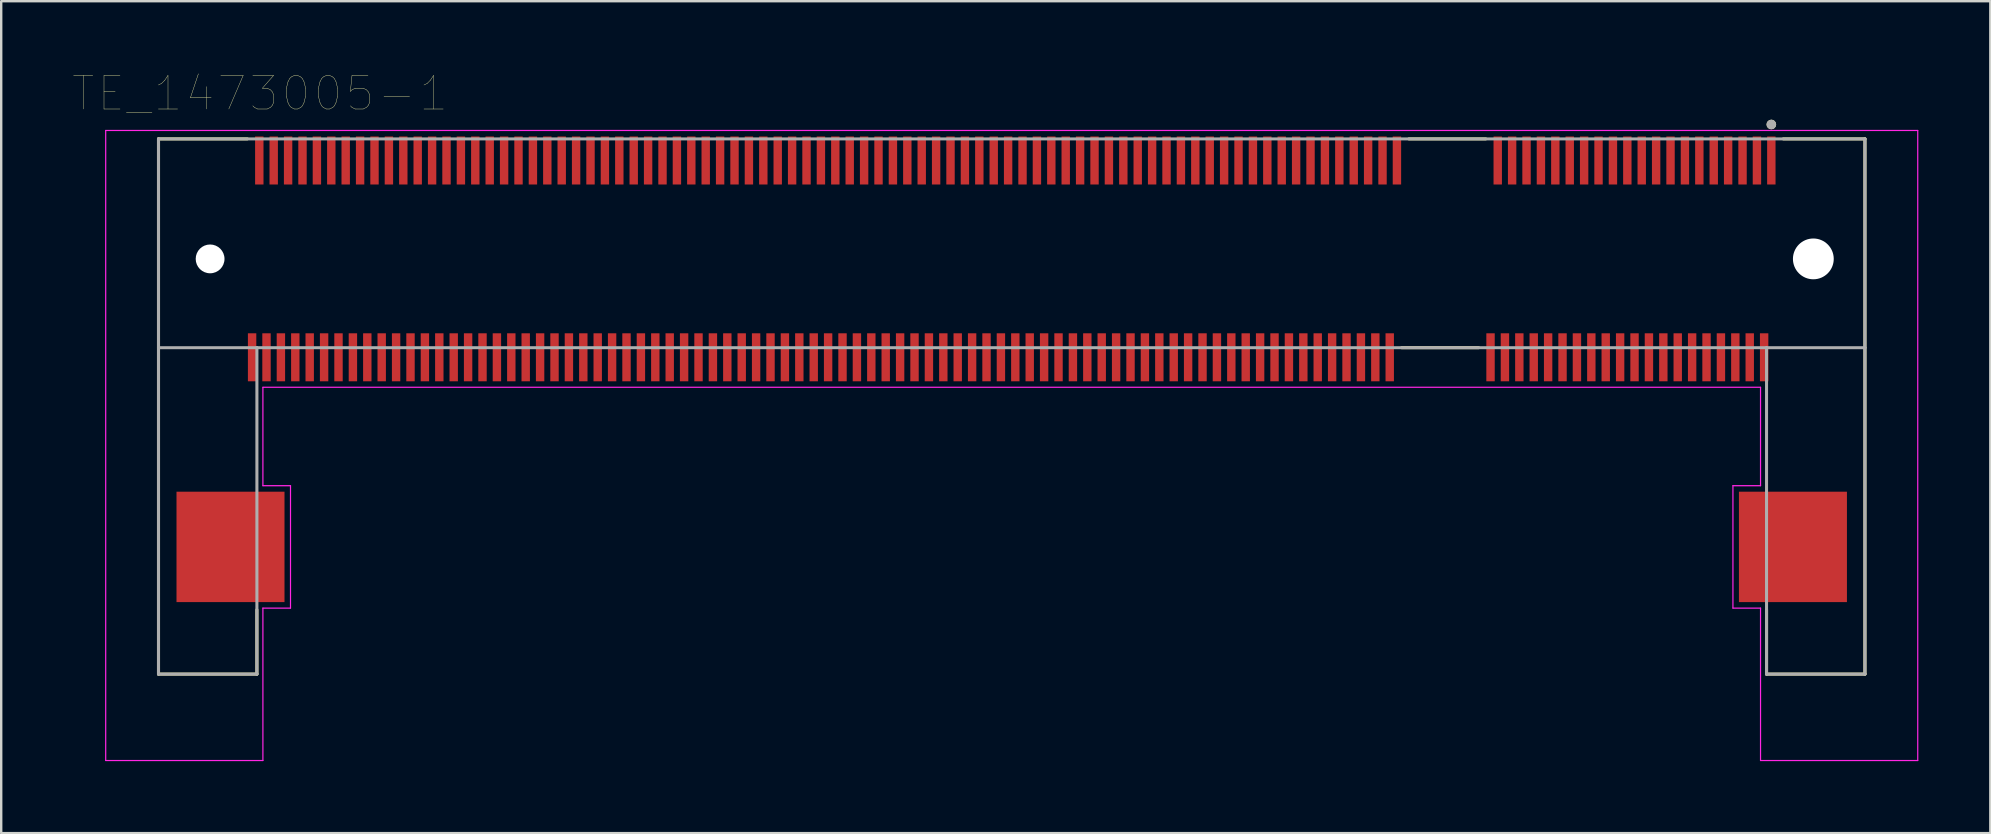
<source format=kicad_pcb>
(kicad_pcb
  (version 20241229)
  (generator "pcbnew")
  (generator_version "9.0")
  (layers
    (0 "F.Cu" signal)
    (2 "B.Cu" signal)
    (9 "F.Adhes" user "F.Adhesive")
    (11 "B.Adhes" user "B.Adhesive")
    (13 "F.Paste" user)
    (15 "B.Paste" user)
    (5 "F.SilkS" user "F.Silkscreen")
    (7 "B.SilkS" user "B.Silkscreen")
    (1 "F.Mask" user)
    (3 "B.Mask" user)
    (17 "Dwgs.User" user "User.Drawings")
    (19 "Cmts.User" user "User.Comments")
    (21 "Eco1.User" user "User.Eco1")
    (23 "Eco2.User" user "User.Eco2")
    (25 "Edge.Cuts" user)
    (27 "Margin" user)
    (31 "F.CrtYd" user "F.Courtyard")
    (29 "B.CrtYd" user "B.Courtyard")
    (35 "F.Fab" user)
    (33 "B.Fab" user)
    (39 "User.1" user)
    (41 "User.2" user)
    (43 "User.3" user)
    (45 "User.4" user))
  (footprint "TE_1473005-1"
    (layer "F.Cu")
    (at 39.104 7.737)
    (property "Reference" "TE_1473005-1" (at -31.321 -6.892 0) (layer "F.SilkS") (effects (font (size 1.4 1.4) (thickness 0.015))))
    (attr through_hole)
    (fp_line (start -35.55 -5) (end -35.55 17.3) (stroke (width 0.127) (type solid)) (layer "F.SilkS"))
    (fp_line (start -35.55 17.3) (end -31.45 17.3) (stroke (width 0.127) (type solid)) (layer "F.SilkS"))
    (fp_line (start -31.85 -5) (end -35.55 -5) (stroke (width 0.127) (type solid)) (layer "F.SilkS"))
    (fp_line (start -31.45 17.3) (end -31.45 14.62) (stroke (width 0.127) (type solid)) (layer "F.SilkS"))
    (fp_line (start 16.25 3.7) (end 19.45 3.7) (stroke (width 0.127) (type solid)) (layer "F.SilkS"))
    (fp_line (start 16.55 -5) (end 19.75 -5) (stroke (width 0.127) (type solid)) (layer "F.SilkS"))
    (fp_line (start 31.45 14.62) (end 31.45 17.3) (stroke (width 0.127) (type solid)) (layer "F.SilkS"))
    (fp_line (start 32.15 -5) (end 35.55 -5) (stroke (width 0.127) (type solid)) (layer "F.SilkS"))
    (fp_line (start 35.55 -5) (end 35.55 17.3) (stroke (width 0.127) (type solid)) (layer "F.SilkS"))
    (fp_line (start 35.55 17.3) (end 31.45 17.3) (stroke (width 0.127) (type solid)) (layer "F.SilkS"))
    (fp_circle (center 31.65 -5.6) (end 31.75 -5.6) (stroke (width 0.2) (type solid)) (fill no) (layer "F.SilkS"))
    (fp_line (start -37.75 -5.35) (end 37.75 -5.35) (stroke (width 0.05) (type solid)) (layer "F.CrtYd"))
    (fp_line (start -37.75 20.9) (end -37.75 -5.35) (stroke (width 0.05) (type solid)) (layer "F.CrtYd"))
    (fp_line (start -31.2 5.35) (end -31.2 9.45) (stroke (width 0.05) (type solid)) (layer "F.CrtYd"))
    (fp_line (start -31.2 9.45) (end -30.05 9.45) (stroke (width 0.05) (type solid)) (layer "F.CrtYd"))
    (fp_line (start -31.2 14.55) (end -31.2 20.9) (stroke (width 0.05) (type solid)) (layer "F.CrtYd"))
    (fp_line (start -31.2 20.9) (end -37.75 20.9) (stroke (width 0.05) (type solid)) (layer "F.CrtYd"))
    (fp_line (start -30.05 9.45) (end -30.05 14.55) (stroke (width 0.05) (type solid)) (layer "F.CrtYd"))
    (fp_line (start -30.05 14.55) (end -31.2 14.55) (stroke (width 0.05) (type solid)) (layer "F.CrtYd"))
    (fp_line (start 30.05 9.45) (end 31.2 9.45) (stroke (width 0.05) (type solid)) (layer "F.CrtYd"))
    (fp_line (start 30.05 14.55) (end 30.05 9.45) (stroke (width 0.05) (type solid)) (layer "F.CrtYd"))
    (fp_line (start 31.2 5.35) (end -31.2 5.35) (stroke (width 0.05) (type solid)) (layer "F.CrtYd"))
    (fp_line (start 31.2 9.45) (end 31.2 5.35) (stroke (width 0.05) (type solid)) (layer "F.CrtYd"))
    (fp_line (start 31.2 14.55) (end 30.05 14.55) (stroke (width 0.05) (type solid)) (layer "F.CrtYd"))
    (fp_line (start 31.2 20.9) (end 31.2 14.55) (stroke (width 0.05) (type solid)) (layer "F.CrtYd"))
    (fp_line (start 37.75 -5.35) (end 37.75 20.9) (stroke (width 0.05) (type solid)) (layer "F.CrtYd"))
    (fp_line (start 37.75 20.9) (end 31.2 20.9) (stroke (width 0.05) (type solid)) (layer "F.CrtYd"))
    (fp_line (start -35.55 -5) (end -35.55 3.7) (stroke (width 0.127) (type solid)) (layer "F.Fab"))
    (fp_line (start -35.55 -5) (end 35.55 -5) (stroke (width 0.127) (type solid)) (layer "F.Fab"))
    (fp_line (start -35.55 3.7) (end -35.55 17.3) (stroke (width 0.127) (type solid)) (layer "F.Fab"))
    (fp_line (start -35.55 3.7) (end -31.45 3.7) (stroke (width 0.127) (type solid)) (layer "F.Fab"))
    (fp_line (start -35.55 17.3) (end -31.45 17.3) (stroke (width 0.127) (type solid)) (layer "F.Fab"))
    (fp_line (start -31.45 3.7) (end 31.45 3.7) (stroke (width 0.127) (type solid)) (layer "F.Fab"))
    (fp_line (start -31.45 17.3) (end -31.45 3.7) (stroke (width 0.127) (type solid)) (layer "F.Fab"))
    (fp_line (start 31.45 3.7) (end 31.45 17.3) (stroke (width 0.127) (type solid)) (layer "F.Fab"))
    (fp_line (start 31.45 3.7) (end 35.55 3.7) (stroke (width 0.127) (type solid)) (layer "F.Fab"))
    (fp_line (start 31.45 17.3) (end 35.55 17.3) (stroke (width 0.127) (type solid)) (layer "F.Fab"))
    (fp_line (start 35.55 -5) (end 35.55 3.7) (stroke (width 0.127) (type solid)) (layer "F.Fab"))
    (fp_line (start 35.55 3.7) (end 35.55 17.3) (stroke (width 0.127) (type solid)) (layer "F.Fab"))
    (fp_circle (center 31.65 -5.6) (end 31.75 -5.6) (stroke (width 0.2) (type solid)) (fill no) (layer "F.Fab"))
    (pad "" np_thru_hole circle (at -33.4 0) (size 1.2 1.2) (drill 1.2) (layers "*.Cu" "*.Mask"))
    (pad "" np_thru_hole circle (at 33.4 0) (size 1.7 1.7) (drill 1.7) (layers "*.Cu" "*.Mask"))
    (pad "1" smd rect (at 31.65 -4.1) (size 0.35 2) (layers "F.Cu" "F.Mask" "F.Paste"))
    (pad "2" smd rect (at 31.35 4.1) (size 0.35 2) (layers "F.Cu" "F.Mask" "F.Paste"))
    (pad "3" smd rect (at 31.05 -4.1) (size 0.35 2) (layers "F.Cu" "F.Mask" "F.Paste"))
    (pad "4" smd rect (at 30.75 4.1) (size 0.35 2) (layers "F.Cu" "F.Mask" "F.Paste"))
    (pad "5" smd rect (at 30.45 -4.1) (size 0.35 2) (layers "F.Cu" "F.Mask" "F.Paste"))
    (pad "6" smd rect (at 30.15 4.1) (size 0.35 2) (layers "F.Cu" "F.Mask" "F.Paste"))
    (pad "7" smd rect (at 29.85 -4.1) (size 0.35 2) (layers "F.Cu" "F.Mask" "F.Paste"))
    (pad "8" smd rect (at 29.55 4.1) (size 0.35 2) (layers "F.Cu" "F.Mask" "F.Paste"))
    (pad "9" smd rect (at 29.25 -4.1) (size 0.35 2) (layers "F.Cu" "F.Mask" "F.Paste"))
    (pad "10" smd rect (at 28.95 4.1) (size 0.35 2) (layers "F.Cu" "F.Mask" "F.Paste"))
    (pad "11" smd rect (at 28.65 -4.1) (size 0.35 2) (layers "F.Cu" "F.Mask" "F.Paste"))
    (pad "12" smd rect (at 28.35 4.1) (size 0.35 2) (layers "F.Cu" "F.Mask" "F.Paste"))
    (pad "13" smd rect (at 28.05 -4.1) (size 0.35 2) (layers "F.Cu" "F.Mask" "F.Paste"))
    (pad "14" smd rect (at 27.75 4.1) (size 0.35 2) (layers "F.Cu" "F.Mask" "F.Paste"))
    (pad "15" smd rect (at 27.45 -4.1) (size 0.35 2) (layers "F.Cu" "F.Mask" "F.Paste"))
    (pad "16" smd rect (at 27.15 4.1) (size 0.35 2) (layers "F.Cu" "F.Mask" "F.Paste"))
    (pad "17" smd rect (at 26.85 -4.1) (size 0.35 2) (layers "F.Cu" "F.Mask" "F.Paste"))
    (pad "18" smd rect (at 26.55 4.1) (size 0.35 2) (layers "F.Cu" "F.Mask" "F.Paste"))
    (pad "19" smd rect (at 26.25 -4.1) (size 0.35 2) (layers "F.Cu" "F.Mask" "F.Paste"))
    (pad "20" smd rect (at 25.95 4.1) (size 0.35 2) (layers "F.Cu" "F.Mask" "F.Paste"))
    (pad "21" smd rect (at 25.65 -4.1) (size 0.35 2) (layers "F.Cu" "F.Mask" "F.Paste"))
    (pad "22" smd rect (at 25.35 4.1) (size 0.35 2) (layers "F.Cu" "F.Mask" "F.Paste"))
    (pad "23" smd rect (at 25.05 -4.1) (size 0.35 2) (layers "F.Cu" "F.Mask" "F.Paste"))
    (pad "24" smd rect (at 24.75 4.1) (size 0.35 2) (layers "F.Cu" "F.Mask" "F.Paste"))
    (pad "25" smd rect (at 24.45 -4.1) (size 0.35 2) (layers "F.Cu" "F.Mask" "F.Paste"))
    (pad "26" smd rect (at 24.15 4.1) (size 0.35 2) (layers "F.Cu" "F.Mask" "F.Paste"))
    (pad "27" smd rect (at 23.85 -4.1) (size 0.35 2) (layers "F.Cu" "F.Mask" "F.Paste"))
    (pad "28" smd rect (at 23.55 4.1) (size 0.35 2) (layers "F.Cu" "F.Mask" "F.Paste"))
    (pad "29" smd rect (at 23.25 -4.1) (size 0.35 2) (layers "F.Cu" "F.Mask" "F.Paste"))
    (pad "30" smd rect (at 22.95 4.1) (size 0.35 2) (layers "F.Cu" "F.Mask" "F.Paste"))
    (pad "31" smd rect (at 22.65 -4.1) (size 0.35 2) (layers "F.Cu" "F.Mask" "F.Paste"))
    (pad "32" smd rect (at 22.35 4.1) (size 0.35 2) (layers "F.Cu" "F.Mask" "F.Paste"))
    (pad "33" smd rect (at 22.05 -4.1) (size 0.35 2) (layers "F.Cu" "F.Mask" "F.Paste"))
    (pad "34" smd rect (at 21.75 4.1) (size 0.35 2) (layers "F.Cu" "F.Mask" "F.Paste"))
    (pad "35" smd rect (at 21.45 -4.1) (size 0.35 2) (layers "F.Cu" "F.Mask" "F.Paste"))
    (pad "36" smd rect (at 21.15 4.1) (size 0.35 2) (layers "F.Cu" "F.Mask" "F.Paste"))
    (pad "37" smd rect (at 20.85 -4.1) (size 0.35 2) (layers "F.Cu" "F.Mask" "F.Paste"))
    (pad "38" smd rect (at 20.55 4.1) (size 0.35 2) (layers "F.Cu" "F.Mask" "F.Paste"))
    (pad "39" smd rect (at 20.25 -4.1) (size 0.35 2) (layers "F.Cu" "F.Mask" "F.Paste"))
    (pad "40" smd rect (at 19.95 4.1) (size 0.35 2) (layers "F.Cu" "F.Mask" "F.Paste"))
    (pad "41" smd rect (at 16.05 -4.1) (size 0.35 2) (layers "F.Cu" "F.Mask" "F.Paste"))
    (pad "42" smd rect (at 15.75 4.1) (size 0.35 2) (layers "F.Cu" "F.Mask" "F.Paste"))
    (pad "43" smd rect (at 15.45 -4.1) (size 0.35 2) (layers "F.Cu" "F.Mask" "F.Paste"))
    (pad "44" smd rect (at 15.15 4.1) (size 0.35 2) (layers "F.Cu" "F.Mask" "F.Paste"))
    (pad "45" smd rect (at 14.85 -4.1) (size 0.35 2) (layers "F.Cu" "F.Mask" "F.Paste"))
    (pad "46" smd rect (at 14.55 4.1) (size 0.35 2) (layers "F.Cu" "F.Mask" "F.Paste"))
    (pad "47" smd rect (at 14.25 -4.1) (size 0.35 2) (layers "F.Cu" "F.Mask" "F.Paste"))
    (pad "48" smd rect (at 13.95 4.1) (size 0.35 2) (layers "F.Cu" "F.Mask" "F.Paste"))
    (pad "49" smd rect (at 13.65 -4.1) (size 0.35 2) (layers "F.Cu" "F.Mask" "F.Paste"))
    (pad "50" smd rect (at 13.35 4.1) (size 0.35 2) (layers "F.Cu" "F.Mask" "F.Paste"))
    (pad "51" smd rect (at 13.05 -4.1) (size 0.35 2) (layers "F.Cu" "F.Mask" "F.Paste"))
    (pad "52" smd rect (at 12.75 4.1) (size 0.35 2) (layers "F.Cu" "F.Mask" "F.Paste"))
    (pad "53" smd rect (at 12.45 -4.1) (size 0.35 2) (layers "F.Cu" "F.Mask" "F.Paste"))
    (pad "54" smd rect (at 12.15 4.1) (size 0.35 2) (layers "F.Cu" "F.Mask" "F.Paste"))
    (pad "55" smd rect (at 11.85 -4.1) (size 0.35 2) (layers "F.Cu" "F.Mask" "F.Paste"))
    (pad "56" smd rect (at 11.55 4.1) (size 0.35 2) (layers "F.Cu" "F.Mask" "F.Paste"))
    (pad "57" smd rect (at 11.25 -4.1) (size 0.35 2) (layers "F.Cu" "F.Mask" "F.Paste"))
    (pad "58" smd rect (at 10.95 4.1) (size 0.35 2) (layers "F.Cu" "F.Mask" "F.Paste"))
    (pad "59" smd rect (at 10.65 -4.1) (size 0.35 2) (layers "F.Cu" "F.Mask" "F.Paste"))
    (pad "60" smd rect (at 10.35 4.1) (size 0.35 2) (layers "F.Cu" "F.Mask" "F.Paste"))
    (pad "61" smd rect (at 10.05 -4.1) (size 0.35 2) (layers "F.Cu" "F.Mask" "F.Paste"))
    (pad "62" smd rect (at 9.75 4.1) (size 0.35 2) (layers "F.Cu" "F.Mask" "F.Paste"))
    (pad "63" smd rect (at 9.45 -4.1) (size 0.35 2) (layers "F.Cu" "F.Mask" "F.Paste"))
    (pad "64" smd rect (at 9.15 4.1) (size 0.35 2) (layers "F.Cu" "F.Mask" "F.Paste"))
    (pad "65" smd rect (at 8.85 -4.1) (size 0.35 2) (layers "F.Cu" "F.Mask" "F.Paste"))
    (pad "66" smd rect (at 8.55 4.1) (size 0.35 2) (layers "F.Cu" "F.Mask" "F.Paste"))
    (pad "67" smd rect (at 8.25 -4.1) (size 0.35 2) (layers "F.Cu" "F.Mask" "F.Paste"))
    (pad "68" smd rect (at 7.95 4.1) (size 0.35 2) (layers "F.Cu" "F.Mask" "F.Paste"))
    (pad "69" smd rect (at 7.65 -4.1) (size 0.35 2) (layers "F.Cu" "F.Mask" "F.Paste"))
    (pad "70" smd rect (at 7.35 4.1) (size 0.35 2) (layers "F.Cu" "F.Mask" "F.Paste"))
    (pad "71" smd rect (at 7.05 -4.1) (size 0.35 2) (layers "F.Cu" "F.Mask" "F.Paste"))
    (pad "72" smd rect (at 6.75 4.1) (size 0.35 2) (layers "F.Cu" "F.Mask" "F.Paste"))
    (pad "73" smd rect (at 6.45 -4.1) (size 0.35 2) (layers "F.Cu" "F.Mask" "F.Paste"))
    (pad "74" smd rect (at 6.15 4.1) (size 0.35 2) (layers "F.Cu" "F.Mask" "F.Paste"))
    (pad "75" smd rect (at 5.85 -4.1) (size 0.35 2) (layers "F.Cu" "F.Mask" "F.Paste"))
    (pad "76" smd rect (at 5.55 4.1) (size 0.35 2) (layers "F.Cu" "F.Mask" "F.Paste"))
    (pad "77" smd rect (at 5.25 -4.1) (size 0.35 2) (layers "F.Cu" "F.Mask" "F.Paste"))
    (pad "78" smd rect (at 4.95 4.1) (size 0.35 2) (layers "F.Cu" "F.Mask" "F.Paste"))
    (pad "79" smd rect (at 4.65 -4.1) (size 0.35 2) (layers "F.Cu" "F.Mask" "F.Paste"))
    (pad "80" smd rect (at 4.35 4.1) (size 0.35 2) (layers "F.Cu" "F.Mask" "F.Paste"))
    (pad "81" smd rect (at 4.05 -4.1) (size 0.35 2) (layers "F.Cu" "F.Mask" "F.Paste"))
    (pad "82" smd rect (at 3.75 4.1) (size 0.35 2) (layers "F.Cu" "F.Mask" "F.Paste"))
    (pad "83" smd rect (at 3.45 -4.1) (size 0.35 2) (layers "F.Cu" "F.Mask" "F.Paste"))
    (pad "84" smd rect (at 3.15 4.1) (size 0.35 2) (layers "F.Cu" "F.Mask" "F.Paste"))
    (pad "85" smd rect (at 2.85 -4.1) (size 0.35 2) (layers "F.Cu" "F.Mask" "F.Paste"))
    (pad "86" smd rect (at 2.55 4.1) (size 0.35 2) (layers "F.Cu" "F.Mask" "F.Paste"))
    (pad "87" smd rect (at 2.25 -4.1) (size 0.35 2) (layers "F.Cu" "F.Mask" "F.Paste"))
    (pad "88" smd rect (at 1.95 4.1) (size 0.35 2) (layers "F.Cu" "F.Mask" "F.Paste"))
    (pad "89" smd rect (at 1.65 -4.1) (size 0.35 2) (layers "F.Cu" "F.Mask" "F.Paste"))
    (pad "90" smd rect (at 1.35 4.1) (size 0.35 2) (layers "F.Cu" "F.Mask" "F.Paste"))
    (pad "91" smd rect (at 1.05 -4.1) (size 0.35 2) (layers "F.Cu" "F.Mask" "F.Paste"))
    (pad "92" smd rect (at 0.75 4.1) (size 0.35 2) (layers "F.Cu" "F.Mask" "F.Paste"))
    (pad "93" smd rect (at 0.45 -4.1) (size 0.35 2) (layers "F.Cu" "F.Mask" "F.Paste"))
    (pad "94" smd rect (at 0.15 4.1) (size 0.35 2) (layers "F.Cu" "F.Mask" "F.Paste"))
    (pad "95" smd rect (at -0.15 -4.1) (size 0.35 2) (layers "F.Cu" "F.Mask" "F.Paste"))
    (pad "96" smd rect (at -0.45 4.1) (size 0.35 2) (layers "F.Cu" "F.Mask" "F.Paste"))
    (pad "97" smd rect (at -0.75 -4.1) (size 0.35 2) (layers "F.Cu" "F.Mask" "F.Paste"))
    (pad "98" smd rect (at -1.05 4.1) (size 0.35 2) (layers "F.Cu" "F.Mask" "F.Paste"))
    (pad "99" smd rect (at -1.35 -4.1) (size 0.35 2) (layers "F.Cu" "F.Mask" "F.Paste"))
    (pad "100" smd rect (at -1.65 4.1) (size 0.35 2) (layers "F.Cu" "F.Mask" "F.Paste"))
    (pad "101" smd rect (at -1.95 -4.1) (size 0.35 2) (layers "F.Cu" "F.Mask" "F.Paste"))
    (pad "102" smd rect (at -2.25 4.1) (size 0.35 2) (layers "F.Cu" "F.Mask" "F.Paste"))
    (pad "103" smd rect (at -2.55 -4.1) (size 0.35 2) (layers "F.Cu" "F.Mask" "F.Paste"))
    (pad "104" smd rect (at -2.85 4.1) (size 0.35 2) (layers "F.Cu" "F.Mask" "F.Paste"))
    (pad "105" smd rect (at -3.15 -4.1) (size 0.35 2) (layers "F.Cu" "F.Mask" "F.Paste"))
    (pad "106" smd rect (at -3.45 4.1) (size 0.35 2) (layers "F.Cu" "F.Mask" "F.Paste"))
    (pad "107" smd rect (at -3.75 -4.1) (size 0.35 2) (layers "F.Cu" "F.Mask" "F.Paste"))
    (pad "108" smd rect (at -4.05 4.1) (size 0.35 2) (layers "F.Cu" "F.Mask" "F.Paste"))
    (pad "109" smd rect (at -4.35 -4.1) (size 0.35 2) (layers "F.Cu" "F.Mask" "F.Paste"))
    (pad "110" smd rect (at -4.65 4.1) (size 0.35 2) (layers "F.Cu" "F.Mask" "F.Paste"))
    (pad "111" smd rect (at -4.95 -4.1) (size 0.35 2) (layers "F.Cu" "F.Mask" "F.Paste"))
    (pad "112" smd rect (at -5.25 4.1) (size 0.35 2) (layers "F.Cu" "F.Mask" "F.Paste"))
    (pad "113" smd rect (at -5.55 -4.1) (size 0.35 2) (layers "F.Cu" "F.Mask" "F.Paste"))
    (pad "114" smd rect (at -5.85 4.1) (size 0.35 2) (layers "F.Cu" "F.Mask" "F.Paste"))
    (pad "115" smd rect (at -6.15 -4.1) (size 0.35 2) (layers "F.Cu" "F.Mask" "F.Paste"))
    (pad "116" smd rect (at -6.45 4.1) (size 0.35 2) (layers "F.Cu" "F.Mask" "F.Paste"))
    (pad "117" smd rect (at -6.75 -4.1) (size 0.35 2) (layers "F.Cu" "F.Mask" "F.Paste"))
    (pad "118" smd rect (at -7.05 4.1) (size 0.35 2) (layers "F.Cu" "F.Mask" "F.Paste"))
    (pad "119" smd rect (at -7.35 -4.1) (size 0.35 2) (layers "F.Cu" "F.Mask" "F.Paste"))
    (pad "120" smd rect (at -7.65 4.1) (size 0.35 2) (layers "F.Cu" "F.Mask" "F.Paste"))
    (pad "121" smd rect (at -7.95 -4.1) (size 0.35 2) (layers "F.Cu" "F.Mask" "F.Paste"))
    (pad "122" smd rect (at -8.25 4.1) (size 0.35 2) (layers "F.Cu" "F.Mask" "F.Paste"))
    (pad "123" smd rect (at -8.55 -4.1) (size 0.35 2) (layers "F.Cu" "F.Mask" "F.Paste"))
    (pad "124" smd rect (at -8.85 4.1) (size 0.35 2) (layers "F.Cu" "F.Mask" "F.Paste"))
    (pad "125" smd rect (at -9.15 -4.1) (size 0.35 2) (layers "F.Cu" "F.Mask" "F.Paste"))
    (pad "126" smd rect (at -9.45 4.1) (size 0.35 2) (layers "F.Cu" "F.Mask" "F.Paste"))
    (pad "127" smd rect (at -9.75 -4.1) (size 0.35 2) (layers "F.Cu" "F.Mask" "F.Paste"))
    (pad "128" smd rect (at -10.05 4.1) (size 0.35 2) (layers "F.Cu" "F.Mask" "F.Paste"))
    (pad "129" smd rect (at -10.35 -4.1) (size 0.35 2) (layers "F.Cu" "F.Mask" "F.Paste"))
    (pad "130" smd rect (at -10.65 4.1) (size 0.35 2) (layers "F.Cu" "F.Mask" "F.Paste"))
    (pad "131" smd rect (at -10.95 -4.1) (size 0.35 2) (layers "F.Cu" "F.Mask" "F.Paste"))
    (pad "132" smd rect (at -11.25 4.1) (size 0.35 2) (layers "F.Cu" "F.Mask" "F.Paste"))
    (pad "133" smd rect (at -11.55 -4.1) (size 0.35 2) (layers "F.Cu" "F.Mask" "F.Paste"))
    (pad "134" smd rect (at -11.85 4.1) (size 0.35 2) (layers "F.Cu" "F.Mask" "F.Paste"))
    (pad "135" smd rect (at -12.15 -4.1) (size 0.35 2) (layers "F.Cu" "F.Mask" "F.Paste"))
    (pad "136" smd rect (at -12.45 4.1) (size 0.35 2) (layers "F.Cu" "F.Mask" "F.Paste"))
    (pad "137" smd rect (at -12.75 -4.1) (size 0.35 2) (layers "F.Cu" "F.Mask" "F.Paste"))
    (pad "138" smd rect (at -13.05 4.1) (size 0.35 2) (layers "F.Cu" "F.Mask" "F.Paste"))
    (pad "139" smd rect (at -13.35 -4.1) (size 0.35 2) (layers "F.Cu" "F.Mask" "F.Paste"))
    (pad "140" smd rect (at -13.65 4.1) (size 0.35 2) (layers "F.Cu" "F.Mask" "F.Paste"))
    (pad "141" smd rect (at -13.95 -4.1) (size 0.35 2) (layers "F.Cu" "F.Mask" "F.Paste"))
    (pad "142" smd rect (at -14.25 4.1) (size 0.35 2) (layers "F.Cu" "F.Mask" "F.Paste"))
    (pad "143" smd rect (at -14.55 -4.1) (size 0.35 2) (layers "F.Cu" "F.Mask" "F.Paste"))
    (pad "144" smd rect (at -14.85 4.1) (size 0.35 2) (layers "F.Cu" "F.Mask" "F.Paste"))
    (pad "145" smd rect (at -15.15 -4.1) (size 0.35 2) (layers "F.Cu" "F.Mask" "F.Paste"))
    (pad "146" smd rect (at -15.45 4.1) (size 0.35 2) (layers "F.Cu" "F.Mask" "F.Paste"))
    (pad "147" smd rect (at -15.75 -4.1) (size 0.35 2) (layers "F.Cu" "F.Mask" "F.Paste"))
    (pad "148" smd rect (at -16.05 4.1) (size 0.35 2) (layers "F.Cu" "F.Mask" "F.Paste"))
    (pad "149" smd rect (at -16.35 -4.1) (size 0.35 2) (layers "F.Cu" "F.Mask" "F.Paste"))
    (pad "150" smd rect (at -16.65 4.1) (size 0.35 2) (layers "F.Cu" "F.Mask" "F.Paste"))
    (pad "151" smd rect (at -16.95 -4.1) (size 0.35 2) (layers "F.Cu" "F.Mask" "F.Paste"))
    (pad "152" smd rect (at -17.25 4.1) (size 0.35 2) (layers "F.Cu" "F.Mask" "F.Paste"))
    (pad "153" smd rect (at -17.55 -4.1) (size 0.35 2) (layers "F.Cu" "F.Mask" "F.Paste"))
    (pad "154" smd rect (at -17.85 4.1) (size 0.35 2) (layers "F.Cu" "F.Mask" "F.Paste"))
    (pad "155" smd rect (at -18.15 -4.1) (size 0.35 2) (layers "F.Cu" "F.Mask" "F.Paste"))
    (pad "156" smd rect (at -18.45 4.1) (size 0.35 2) (layers "F.Cu" "F.Mask" "F.Paste"))
    (pad "157" smd rect (at -18.75 -4.1) (size 0.35 2) (layers "F.Cu" "F.Mask" "F.Paste"))
    (pad "158" smd rect (at -19.05 4.1) (size 0.35 2) (layers "F.Cu" "F.Mask" "F.Paste"))
    (pad "159" smd rect (at -19.35 -4.1) (size 0.35 2) (layers "F.Cu" "F.Mask" "F.Paste"))
    (pad "160" smd rect (at -19.65 4.1) (size 0.35 2) (layers "F.Cu" "F.Mask" "F.Paste"))
    (pad "161" smd rect (at -19.95 -4.1) (size 0.35 2) (layers "F.Cu" "F.Mask" "F.Paste"))
    (pad "162" smd rect (at -20.25 4.1) (size 0.35 2) (layers "F.Cu" "F.Mask" "F.Paste"))
    (pad "163" smd rect (at -20.55 -4.1) (size 0.35 2) (layers "F.Cu" "F.Mask" "F.Paste"))
    (pad "164" smd rect (at -20.85 4.1) (size 0.35 2) (layers "F.Cu" "F.Mask" "F.Paste"))
    (pad "165" smd rect (at -21.15 -4.1) (size 0.35 2) (layers "F.Cu" "F.Mask" "F.Paste"))
    (pad "166" smd rect (at -21.45 4.1) (size 0.35 2) (layers "F.Cu" "F.Mask" "F.Paste"))
    (pad "167" smd rect (at -21.75 -4.1) (size 0.35 2) (layers "F.Cu" "F.Mask" "F.Paste"))
    (pad "168" smd rect (at -22.05 4.1) (size 0.35 2) (layers "F.Cu" "F.Mask" "F.Paste"))
    (pad "169" smd rect (at -22.35 -4.1) (size 0.35 2) (layers "F.Cu" "F.Mask" "F.Paste"))
    (pad "170" smd rect (at -22.65 4.1) (size 0.35 2) (layers "F.Cu" "F.Mask" "F.Paste"))
    (pad "171" smd rect (at -22.95 -4.1) (size 0.35 2) (layers "F.Cu" "F.Mask" "F.Paste"))
    (pad "172" smd rect (at -23.25 4.1) (size 0.35 2) (layers "F.Cu" "F.Mask" "F.Paste"))
    (pad "173" smd rect (at -23.55 -4.1) (size 0.35 2) (layers "F.Cu" "F.Mask" "F.Paste"))
    (pad "174" smd rect (at -23.85 4.1) (size 0.35 2) (layers "F.Cu" "F.Mask" "F.Paste"))
    (pad "175" smd rect (at -24.15 -4.1) (size 0.35 2) (layers "F.Cu" "F.Mask" "F.Paste"))
    (pad "176" smd rect (at -24.45 4.1) (size 0.35 2) (layers "F.Cu" "F.Mask" "F.Paste"))
    (pad "177" smd rect (at -24.75 -4.1) (size 0.35 2) (layers "F.Cu" "F.Mask" "F.Paste"))
    (pad "178" smd rect (at -25.05 4.1) (size 0.35 2) (layers "F.Cu" "F.Mask" "F.Paste"))
    (pad "179" smd rect (at -25.35 -4.1) (size 0.35 2) (layers "F.Cu" "F.Mask" "F.Paste"))
    (pad "180" smd rect (at -25.65 4.1) (size 0.35 2) (layers "F.Cu" "F.Mask" "F.Paste"))
    (pad "181" smd rect (at -25.95 -4.1) (size 0.35 2) (layers "F.Cu" "F.Mask" "F.Paste"))
    (pad "182" smd rect (at -26.25 4.1) (size 0.35 2) (layers "F.Cu" "F.Mask" "F.Paste"))
    (pad "183" smd rect (at -26.55 -4.1) (size 0.35 2) (layers "F.Cu" "F.Mask" "F.Paste"))
    (pad "184" smd rect (at -26.85 4.1) (size 0.35 2) (layers "F.Cu" "F.Mask" "F.Paste"))
    (pad "185" smd rect (at -27.15 -4.1) (size 0.35 2) (layers "F.Cu" "F.Mask" "F.Paste"))
    (pad "186" smd rect (at -27.45 4.1) (size 0.35 2) (layers "F.Cu" "F.Mask" "F.Paste"))
    (pad "187" smd rect (at -27.75 -4.1) (size 0.35 2) (layers "F.Cu" "F.Mask" "F.Paste"))
    (pad "188" smd rect (at -28.05 4.1) (size 0.35 2) (layers "F.Cu" "F.Mask" "F.Paste"))
    (pad "189" smd rect (at -28.35 -4.1) (size 0.35 2) (layers "F.Cu" "F.Mask" "F.Paste"))
    (pad "190" smd rect (at -28.65 4.1) (size 0.35 2) (layers "F.Cu" "F.Mask" "F.Paste"))
    (pad "191" smd rect (at -28.95 -4.1) (size 0.35 2) (layers "F.Cu" "F.Mask" "F.Paste"))
    (pad "192" smd rect (at -29.25 4.1) (size 0.35 2) (layers "F.Cu" "F.Mask" "F.Paste"))
    (pad "193" smd rect (at -29.55 -4.1) (size 0.35 2) (layers "F.Cu" "F.Mask" "F.Paste"))
    (pad "194" smd rect (at -29.85 4.1) (size 0.35 2) (layers "F.Cu" "F.Mask" "F.Paste"))
    (pad "195" smd rect (at -30.15 -4.1) (size 0.35 2) (layers "F.Cu" "F.Mask" "F.Paste"))
    (pad "196" smd rect (at -30.45 4.1) (size 0.35 2) (layers "F.Cu" "F.Mask" "F.Paste"))
    (pad "197" smd rect (at -30.75 -4.1) (size 0.35 2) (layers "F.Cu" "F.Mask" "F.Paste"))
    (pad "198" smd rect (at -31.05 4.1) (size 0.35 2) (layers "F.Cu" "F.Mask" "F.Paste"))
    (pad "199" smd rect (at -31.35 -4.1) (size 0.35 2) (layers "F.Cu" "F.Mask" "F.Paste"))
    (pad "200" smd rect (at -31.65 4.1) (size 0.35 2) (layers "F.Cu" "F.Mask" "F.Paste"))
    (pad "S1" smd rect (at 32.55 12) (size 4.5 4.6) (layers "F.Cu" "F.Mask" "F.Paste"))
    (pad "S2" smd rect (at -32.55 12) (size 4.5 4.6) (layers "F.Cu" "F.Mask" "F.Paste")))
  (gr_rect
    (start -3 -3)
    (end 79.879 31.662)
    (stroke (width 0.1) (type default))
    (fill no)
    (layer "Edge.Cuts")))
</source>
